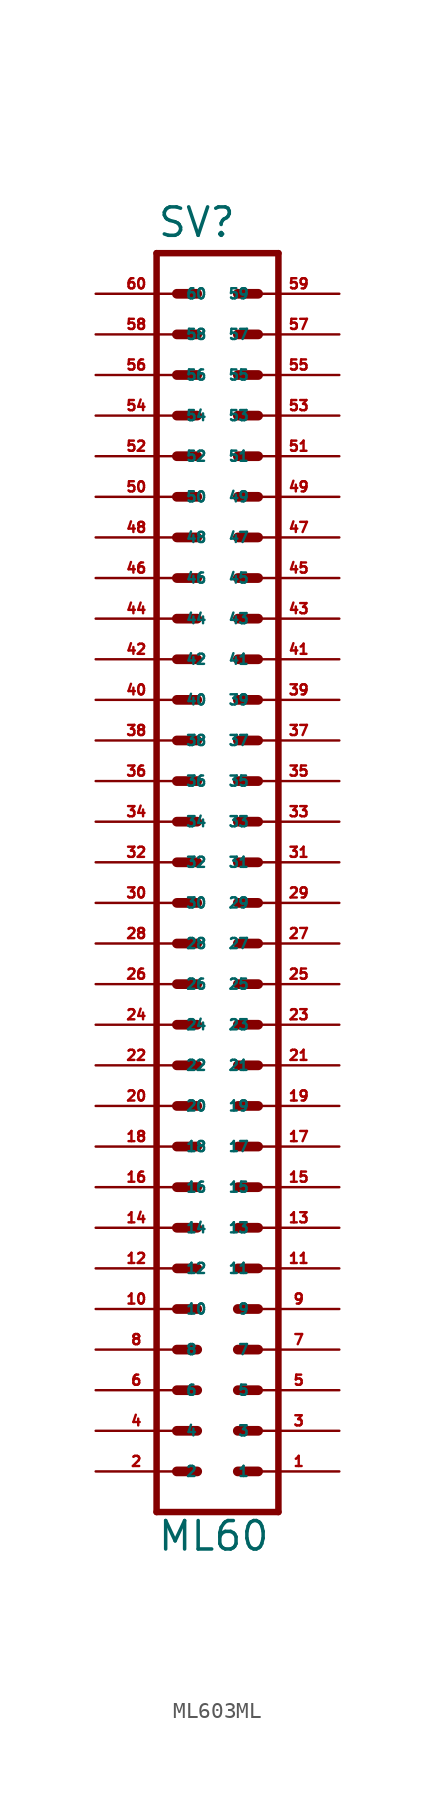
<source format=kicad_sym>
(kicad_symbol_lib
  (version 20220914)
  (generator Eagle2Kicad)
  (symbol "ML603ML"
    (property "Reference" "SV"
      (at -3.81 38.989 0)
      (effects (font (size 1.778 1.778) (thickness 0.22)) (justify left bottom)))
    (property "Value" "ML60"
      (at -3.81 -43.18 0)
      (effects (font (size 1.778 1.778) (thickness 0.22)) (justify left bottom)))
    (polyline
      (pts (xy 3.81 -40.64) (xy -3.81 -40.64))
      (stroke (width 0.406) (type default))
      (fill (type none)))
    (polyline
      (pts (xy -3.81 38.1) (xy -3.81 -40.64))
      (stroke (width 0.406) (type default))
      (fill (type none)))
    (polyline
      (pts (xy -3.81 38.1) (xy 3.81 38.1))
      (stroke (width 0.406) (type default))
      (fill (type none)))
    (polyline
      (pts (xy 3.81 -40.64) (xy 3.81 38.1))
      (stroke (width 0.406) (type default))
      (fill (type none)))
    (polyline
      (pts (xy 1.27 -27.94) (xy 2.54 -27.94))
      (stroke (width 0.61) (type default))
      (fill (type none)))
    (polyline
      (pts (xy 1.27 -30.48) (xy 2.54 -30.48))
      (stroke (width 0.61) (type default))
      (fill (type none)))
    (polyline
      (pts (xy 1.27 -33.02) (xy 2.54 -33.02))
      (stroke (width 0.61) (type default))
      (fill (type none)))
    (polyline
      (pts (xy 1.27 -35.56) (xy 2.54 -35.56))
      (stroke (width 0.61) (type default))
      (fill (type none)))
    (polyline
      (pts (xy 1.27 -38.1) (xy 2.54 -38.1))
      (stroke (width 0.61) (type default))
      (fill (type none)))
    (polyline
      (pts (xy -2.54 -27.94) (xy -1.27 -27.94))
      (stroke (width 0.61) (type default))
      (fill (type none)))
    (polyline
      (pts (xy -2.54 -30.48) (xy -1.27 -30.48))
      (stroke (width 0.61) (type default))
      (fill (type none)))
    (polyline
      (pts (xy -2.54 -33.02) (xy -1.27 -33.02))
      (stroke (width 0.61) (type default))
      (fill (type none)))
    (polyline
      (pts (xy -2.54 -35.56) (xy -1.27 -35.56))
      (stroke (width 0.61) (type default))
      (fill (type none)))
    (polyline
      (pts (xy -2.54 -38.1) (xy -1.27 -38.1))
      (stroke (width 0.61) (type default))
      (fill (type none)))
    (polyline
      (pts (xy 1.27 -25.4) (xy 2.54 -25.4))
      (stroke (width 0.61) (type default))
      (fill (type none)))
    (polyline
      (pts (xy 1.27 -22.86) (xy 2.54 -22.86))
      (stroke (width 0.61) (type default))
      (fill (type none)))
    (polyline
      (pts (xy 1.27 -20.32) (xy 2.54 -20.32))
      (stroke (width 0.61) (type default))
      (fill (type none)))
    (polyline
      (pts (xy 1.27 -17.78) (xy 2.54 -17.78))
      (stroke (width 0.61) (type default))
      (fill (type none)))
    (polyline
      (pts (xy 1.27 -15.24) (xy 2.54 -15.24))
      (stroke (width 0.61) (type default))
      (fill (type none)))
    (polyline
      (pts (xy -2.54 -25.4) (xy -1.27 -25.4))
      (stroke (width 0.61) (type default))
      (fill (type none)))
    (polyline
      (pts (xy -2.54 -22.86) (xy -1.27 -22.86))
      (stroke (width 0.61) (type default))
      (fill (type none)))
    (polyline
      (pts (xy -2.54 -20.32) (xy -1.27 -20.32))
      (stroke (width 0.61) (type default))
      (fill (type none)))
    (polyline
      (pts (xy -2.54 -17.78) (xy -1.27 -17.78))
      (stroke (width 0.61) (type default))
      (fill (type none)))
    (polyline
      (pts (xy -2.54 -15.24) (xy -1.27 -15.24))
      (stroke (width 0.61) (type default))
      (fill (type none)))
    (polyline
      (pts (xy 1.27 -12.7) (xy 2.54 -12.7))
      (stroke (width 0.61) (type default))
      (fill (type none)))
    (polyline
      (pts (xy 1.27 -10.16) (xy 2.54 -10.16))
      (stroke (width 0.61) (type default))
      (fill (type none)))
    (polyline
      (pts (xy 1.27 -7.62) (xy 2.54 -7.62))
      (stroke (width 0.61) (type default))
      (fill (type none)))
    (polyline
      (pts (xy -2.54 -12.7) (xy -1.27 -12.7))
      (stroke (width 0.61) (type default))
      (fill (type none)))
    (polyline
      (pts (xy -2.54 -10.16) (xy -1.27 -10.16))
      (stroke (width 0.61) (type default))
      (fill (type none)))
    (polyline
      (pts (xy -2.54 -7.62) (xy -1.27 -7.62))
      (stroke (width 0.61) (type default))
      (fill (type none)))
    (polyline
      (pts (xy 1.27 -5.08) (xy 2.54 -5.08))
      (stroke (width 0.61) (type default))
      (fill (type none)))
    (polyline
      (pts (xy 1.27 -2.54) (xy 2.54 -2.54))
      (stroke (width 0.61) (type default))
      (fill (type none)))
    (polyline
      (pts (xy 1.27 0) (xy 2.54 0))
      (stroke (width 0.61) (type default))
      (fill (type none)))
    (polyline
      (pts (xy 1.27 2.54) (xy 2.54 2.54))
      (stroke (width 0.61) (type default))
      (fill (type none)))
    (polyline
      (pts (xy 1.27 5.08) (xy 2.54 5.08))
      (stroke (width 0.61) (type default))
      (fill (type none)))
    (polyline
      (pts (xy 1.27 7.62) (xy 2.54 7.62))
      (stroke (width 0.61) (type default))
      (fill (type none)))
    (polyline
      (pts (xy 1.27 10.16) (xy 2.54 10.16))
      (stroke (width 0.61) (type default))
      (fill (type none)))
    (polyline
      (pts (xy -2.54 -5.08) (xy -1.27 -5.08))
      (stroke (width 0.61) (type default))
      (fill (type none)))
    (polyline
      (pts (xy -2.54 -2.54) (xy -1.27 -2.54))
      (stroke (width 0.61) (type default))
      (fill (type none)))
    (polyline
      (pts (xy -2.54 0) (xy -1.27 0))
      (stroke (width 0.61) (type default))
      (fill (type none)))
    (polyline
      (pts (xy -2.54 2.54) (xy -1.27 2.54))
      (stroke (width 0.61) (type default))
      (fill (type none)))
    (polyline
      (pts (xy -2.54 5.08) (xy -1.27 5.08))
      (stroke (width 0.61) (type default))
      (fill (type none)))
    (polyline
      (pts (xy -2.54 7.62) (xy -1.27 7.62))
      (stroke (width 0.61) (type default))
      (fill (type none)))
    (polyline
      (pts (xy -2.54 10.16) (xy -1.27 10.16))
      (stroke (width 0.61) (type default))
      (fill (type none)))
    (polyline
      (pts (xy -2.54 12.7) (xy -1.27 12.7))
      (stroke (width 0.61) (type default))
      (fill (type none)))
    (polyline
      (pts (xy -2.54 15.24) (xy -1.27 15.24))
      (stroke (width 0.61) (type default))
      (fill (type none)))
    (polyline
      (pts (xy -2.54 17.78) (xy -1.27 17.78))
      (stroke (width 0.61) (type default))
      (fill (type none)))
    (polyline
      (pts (xy 1.27 12.7) (xy 2.54 12.7))
      (stroke (width 0.61) (type default))
      (fill (type none)))
    (polyline
      (pts (xy 1.27 15.24) (xy 2.54 15.24))
      (stroke (width 0.61) (type default))
      (fill (type none)))
    (polyline
      (pts (xy 1.27 17.78) (xy 2.54 17.78))
      (stroke (width 0.61) (type default))
      (fill (type none)))
    (polyline
      (pts (xy -2.54 20.32) (xy -1.27 20.32))
      (stroke (width 0.61) (type default))
      (fill (type none)))
    (polyline
      (pts (xy -2.54 22.86) (xy -1.27 22.86))
      (stroke (width 0.61) (type default))
      (fill (type none)))
    (polyline
      (pts (xy 1.27 20.32) (xy 2.54 20.32))
      (stroke (width 0.61) (type default))
      (fill (type none)))
    (polyline
      (pts (xy 1.27 22.86) (xy 2.54 22.86))
      (stroke (width 0.61) (type default))
      (fill (type none)))
    (polyline
      (pts (xy -2.54 25.4) (xy -1.27 25.4))
      (stroke (width 0.61) (type default))
      (fill (type none)))
    (polyline
      (pts (xy -2.54 27.94) (xy -1.27 27.94))
      (stroke (width 0.61) (type default))
      (fill (type none)))
    (polyline
      (pts (xy -2.54 30.48) (xy -1.27 30.48))
      (stroke (width 0.61) (type default))
      (fill (type none)))
    (polyline
      (pts (xy -2.54 33.02) (xy -1.27 33.02))
      (stroke (width 0.61) (type default))
      (fill (type none)))
    (polyline
      (pts (xy -2.54 35.56) (xy -1.27 35.56))
      (stroke (width 0.61) (type default))
      (fill (type none)))
    (polyline
      (pts (xy 1.27 25.4) (xy 2.54 25.4))
      (stroke (width 0.61) (type default))
      (fill (type none)))
    (polyline
      (pts (xy 1.27 27.94) (xy 2.54 27.94))
      (stroke (width 0.61) (type default))
      (fill (type none)))
    (polyline
      (pts (xy 1.27 30.48) (xy 2.54 30.48))
      (stroke (width 0.61) (type default))
      (fill (type none)))
    (polyline
      (pts (xy 1.27 33.02) (xy 2.54 33.02))
      (stroke (width 0.61) (type default))
      (fill (type none)))
    (polyline
      (pts (xy 1.27 35.56) (xy 2.54 35.56))
      (stroke (width 0.61) (type default))
      (fill (type none)))
    (pin passive line
      (at 7.62 -38.1 180)
      (length 5.08)
      (name "1" (effects (font (size 0.635 0.635) (thickness 0.08)) (justify left bottom)))
      (number "1" (effects (font (size 0.635 0.635) (thickness 0.08)) (justify left bottom))))
    (pin passive line
      (at 7.62 -35.56 180)
      (length 5.08)
      (name "3" (effects (font (size 0.635 0.635) (thickness 0.08)) (justify left bottom)))
      (number "3" (effects (font (size 0.635 0.635) (thickness 0.08)) (justify left bottom))))
    (pin passive line
      (at 7.62 -33.02 180)
      (length 5.08)
      (name "5" (effects (font (size 0.635 0.635) (thickness 0.08)) (justify left bottom)))
      (number "5" (effects (font (size 0.635 0.635) (thickness 0.08)) (justify left bottom))))
    (pin passive line
      (at 7.62 -30.48 180)
      (length 5.08)
      (name "7" (effects (font (size 0.635 0.635) (thickness 0.08)) (justify left bottom)))
      (number "7" (effects (font (size 0.635 0.635) (thickness 0.08)) (justify left bottom))))
    (pin passive line
      (at 7.62 -27.94 180)
      (length 5.08)
      (name "9" (effects (font (size 0.635 0.635) (thickness 0.08)) (justify left bottom)))
      (number "9" (effects (font (size 0.635 0.635) (thickness 0.08)) (justify left bottom))))
    (pin passive line
      (at 7.62 -25.4 180)
      (length 5.08)
      (name "11" (effects (font (size 0.635 0.635) (thickness 0.08)) (justify left bottom)))
      (number "11" (effects (font (size 0.635 0.635) (thickness 0.08)) (justify left bottom))))
    (pin passive line
      (at 7.62 -22.86 180)
      (length 5.08)
      (name "13" (effects (font (size 0.635 0.635) (thickness 0.08)) (justify left bottom)))
      (number "13" (effects (font (size 0.635 0.635) (thickness 0.08)) (justify left bottom))))
    (pin passive line
      (at 7.62 -20.32 180)
      (length 5.08)
      (name "15" (effects (font (size 0.635 0.635) (thickness 0.08)) (justify left bottom)))
      (number "15" (effects (font (size 0.635 0.635) (thickness 0.08)) (justify left bottom))))
    (pin passive line
      (at 7.62 -17.78 180)
      (length 5.08)
      (name "17" (effects (font (size 0.635 0.635) (thickness 0.08)) (justify left bottom)))
      (number "17" (effects (font (size 0.635 0.635) (thickness 0.08)) (justify left bottom))))
    (pin passive line
      (at 7.62 -15.24 180)
      (length 5.08)
      (name "19" (effects (font (size 0.635 0.635) (thickness 0.08)) (justify left bottom)))
      (number "19" (effects (font (size 0.635 0.635) (thickness 0.08)) (justify left bottom))))
    (pin passive line
      (at 7.62 -12.7 180)
      (length 5.08)
      (name "21" (effects (font (size 0.635 0.635) (thickness 0.08)) (justify left bottom)))
      (number "21" (effects (font (size 0.635 0.635) (thickness 0.08)) (justify left bottom))))
    (pin passive line
      (at 7.62 -10.16 180)
      (length 5.08)
      (name "23" (effects (font (size 0.635 0.635) (thickness 0.08)) (justify left bottom)))
      (number "23" (effects (font (size 0.635 0.635) (thickness 0.08)) (justify left bottom))))
    (pin passive line
      (at 7.62 -7.62 180)
      (length 5.08)
      (name "25" (effects (font (size 0.635 0.635) (thickness 0.08)) (justify left bottom)))
      (number "25" (effects (font (size 0.635 0.635) (thickness 0.08)) (justify left bottom))))
    (pin passive line
      (at 7.62 -5.08 180)
      (length 5.08)
      (name "27" (effects (font (size 0.635 0.635) (thickness 0.08)) (justify left bottom)))
      (number "27" (effects (font (size 0.635 0.635) (thickness 0.08)) (justify left bottom))))
    (pin passive line
      (at 7.62 -2.54 180)
      (length 5.08)
      (name "29" (effects (font (size 0.635 0.635) (thickness 0.08)) (justify left bottom)))
      (number "29" (effects (font (size 0.635 0.635) (thickness 0.08)) (justify left bottom))))
    (pin passive line
      (at 7.62 0 180)
      (length 5.08)
      (name "31" (effects (font (size 0.635 0.635) (thickness 0.08)) (justify left bottom)))
      (number "31" (effects (font (size 0.635 0.635) (thickness 0.08)) (justify left bottom))))
    (pin passive line
      (at 7.62 2.54 180)
      (length 5.08)
      (name "33" (effects (font (size 0.635 0.635) (thickness 0.08)) (justify left bottom)))
      (number "33" (effects (font (size 0.635 0.635) (thickness 0.08)) (justify left bottom))))
    (pin passive line
      (at 7.62 5.08 180)
      (length 5.08)
      (name "35" (effects (font (size 0.635 0.635) (thickness 0.08)) (justify left bottom)))
      (number "35" (effects (font (size 0.635 0.635) (thickness 0.08)) (justify left bottom))))
    (pin passive line
      (at 7.62 7.62 180)
      (length 5.08)
      (name "37" (effects (font (size 0.635 0.635) (thickness 0.08)) (justify left bottom)))
      (number "37" (effects (font (size 0.635 0.635) (thickness 0.08)) (justify left bottom))))
    (pin passive line
      (at 7.62 10.16 180)
      (length 5.08)
      (name "39" (effects (font (size 0.635 0.635) (thickness 0.08)) (justify left bottom)))
      (number "39" (effects (font (size 0.635 0.635) (thickness 0.08)) (justify left bottom))))
    (pin passive line
      (at -7.62 -38.1 0)
      (length 5.08)
      (name "2" (effects (font (size 0.635 0.635) (thickness 0.08)) (justify left bottom)))
      (number "2" (effects (font (size 0.635 0.635) (thickness 0.08)) (justify left bottom))))
    (pin passive line
      (at -7.62 -35.56 0)
      (length 5.08)
      (name "4" (effects (font (size 0.635 0.635) (thickness 0.08)) (justify left bottom)))
      (number "4" (effects (font (size 0.635 0.635) (thickness 0.08)) (justify left bottom))))
    (pin passive line
      (at -7.62 -33.02 0)
      (length 5.08)
      (name "6" (effects (font (size 0.635 0.635) (thickness 0.08)) (justify left bottom)))
      (number "6" (effects (font (size 0.635 0.635) (thickness 0.08)) (justify left bottom))))
    (pin passive line
      (at -7.62 -30.48 0)
      (length 5.08)
      (name "8" (effects (font (size 0.635 0.635) (thickness 0.08)) (justify left bottom)))
      (number "8" (effects (font (size 0.635 0.635) (thickness 0.08)) (justify left bottom))))
    (pin passive line
      (at -7.62 -27.94 0)
      (length 5.08)
      (name "10" (effects (font (size 0.635 0.635) (thickness 0.08)) (justify left bottom)))
      (number "10" (effects (font (size 0.635 0.635) (thickness 0.08)) (justify left bottom))))
    (pin passive line
      (at -7.62 -25.4 0)
      (length 5.08)
      (name "12" (effects (font (size 0.635 0.635) (thickness 0.08)) (justify left bottom)))
      (number "12" (effects (font (size 0.635 0.635) (thickness 0.08)) (justify left bottom))))
    (pin passive line
      (at -7.62 -22.86 0)
      (length 5.08)
      (name "14" (effects (font (size 0.635 0.635) (thickness 0.08)) (justify left bottom)))
      (number "14" (effects (font (size 0.635 0.635) (thickness 0.08)) (justify left bottom))))
    (pin passive line
      (at -7.62 -20.32 0)
      (length 5.08)
      (name "16" (effects (font (size 0.635 0.635) (thickness 0.08)) (justify left bottom)))
      (number "16" (effects (font (size 0.635 0.635) (thickness 0.08)) (justify left bottom))))
    (pin passive line
      (at -7.62 -17.78 0)
      (length 5.08)
      (name "18" (effects (font (size 0.635 0.635) (thickness 0.08)) (justify left bottom)))
      (number "18" (effects (font (size 0.635 0.635) (thickness 0.08)) (justify left bottom))))
    (pin passive line
      (at -7.62 -15.24 0)
      (length 5.08)
      (name "20" (effects (font (size 0.635 0.635) (thickness 0.08)) (justify left bottom)))
      (number "20" (effects (font (size 0.635 0.635) (thickness 0.08)) (justify left bottom))))
    (pin passive line
      (at -7.62 -12.7 0)
      (length 5.08)
      (name "22" (effects (font (size 0.635 0.635) (thickness 0.08)) (justify left bottom)))
      (number "22" (effects (font (size 0.635 0.635) (thickness 0.08)) (justify left bottom))))
    (pin passive line
      (at -7.62 -10.16 0)
      (length 5.08)
      (name "24" (effects (font (size 0.635 0.635) (thickness 0.08)) (justify left bottom)))
      (number "24" (effects (font (size 0.635 0.635) (thickness 0.08)) (justify left bottom))))
    (pin passive line
      (at -7.62 -7.62 0)
      (length 5.08)
      (name "26" (effects (font (size 0.635 0.635) (thickness 0.08)) (justify left bottom)))
      (number "26" (effects (font (size 0.635 0.635) (thickness 0.08)) (justify left bottom))))
    (pin passive line
      (at -7.62 -5.08 0)
      (length 5.08)
      (name "28" (effects (font (size 0.635 0.635) (thickness 0.08)) (justify left bottom)))
      (number "28" (effects (font (size 0.635 0.635) (thickness 0.08)) (justify left bottom))))
    (pin passive line
      (at -7.62 -2.54 0)
      (length 5.08)
      (name "30" (effects (font (size 0.635 0.635) (thickness 0.08)) (justify left bottom)))
      (number "30" (effects (font (size 0.635 0.635) (thickness 0.08)) (justify left bottom))))
    (pin passive line
      (at -7.62 0 0)
      (length 5.08)
      (name "32" (effects (font (size 0.635 0.635) (thickness 0.08)) (justify left bottom)))
      (number "32" (effects (font (size 0.635 0.635) (thickness 0.08)) (justify left bottom))))
    (pin passive line
      (at -7.62 2.54 0)
      (length 5.08)
      (name "34" (effects (font (size 0.635 0.635) (thickness 0.08)) (justify left bottom)))
      (number "34" (effects (font (size 0.635 0.635) (thickness 0.08)) (justify left bottom))))
    (pin passive line
      (at -7.62 5.08 0)
      (length 5.08)
      (name "36" (effects (font (size 0.635 0.635) (thickness 0.08)) (justify left bottom)))
      (number "36" (effects (font (size 0.635 0.635) (thickness 0.08)) (justify left bottom))))
    (pin passive line
      (at -7.62 7.62 0)
      (length 5.08)
      (name "38" (effects (font (size 0.635 0.635) (thickness 0.08)) (justify left bottom)))
      (number "38" (effects (font (size 0.635 0.635) (thickness 0.08)) (justify left bottom))))
    (pin passive line
      (at -7.62 10.16 0)
      (length 5.08)
      (name "40" (effects (font (size 0.635 0.635) (thickness 0.08)) (justify left bottom)))
      (number "40" (effects (font (size 0.635 0.635) (thickness 0.08)) (justify left bottom))))
    (pin passive line
      (at 7.62 12.7 180)
      (length 5.08)
      (name "41" (effects (font (size 0.635 0.635) (thickness 0.08)) (justify left bottom)))
      (number "41" (effects (font (size 0.635 0.635) (thickness 0.08)) (justify left bottom))))
    (pin passive line
      (at 7.62 15.24 180)
      (length 5.08)
      (name "43" (effects (font (size 0.635 0.635) (thickness 0.08)) (justify left bottom)))
      (number "43" (effects (font (size 0.635 0.635) (thickness 0.08)) (justify left bottom))))
    (pin passive line
      (at 7.62 17.78 180)
      (length 5.08)
      (name "45" (effects (font (size 0.635 0.635) (thickness 0.08)) (justify left bottom)))
      (number "45" (effects (font (size 0.635 0.635) (thickness 0.08)) (justify left bottom))))
    (pin passive line
      (at 7.62 20.32 180)
      (length 5.08)
      (name "47" (effects (font (size 0.635 0.635) (thickness 0.08)) (justify left bottom)))
      (number "47" (effects (font (size 0.635 0.635) (thickness 0.08)) (justify left bottom))))
    (pin passive line
      (at 7.62 22.86 180)
      (length 5.08)
      (name "49" (effects (font (size 0.635 0.635) (thickness 0.08)) (justify left bottom)))
      (number "49" (effects (font (size 0.635 0.635) (thickness 0.08)) (justify left bottom))))
    (pin passive line
      (at -7.62 12.7 0)
      (length 5.08)
      (name "42" (effects (font (size 0.635 0.635) (thickness 0.08)) (justify left bottom)))
      (number "42" (effects (font (size 0.635 0.635) (thickness 0.08)) (justify left bottom))))
    (pin passive line
      (at -7.62 15.24 0)
      (length 5.08)
      (name "44" (effects (font (size 0.635 0.635) (thickness 0.08)) (justify left bottom)))
      (number "44" (effects (font (size 0.635 0.635) (thickness 0.08)) (justify left bottom))))
    (pin passive line
      (at -7.62 17.78 0)
      (length 5.08)
      (name "46" (effects (font (size 0.635 0.635) (thickness 0.08)) (justify left bottom)))
      (number "46" (effects (font (size 0.635 0.635) (thickness 0.08)) (justify left bottom))))
    (pin passive line
      (at -7.62 20.32 0)
      (length 5.08)
      (name "48" (effects (font (size 0.635 0.635) (thickness 0.08)) (justify left bottom)))
      (number "48" (effects (font (size 0.635 0.635) (thickness 0.08)) (justify left bottom))))
    (pin passive line
      (at -7.62 22.86 0)
      (length 5.08)
      (name "50" (effects (font (size 0.635 0.635) (thickness 0.08)) (justify left bottom)))
      (number "50" (effects (font (size 0.635 0.635) (thickness 0.08)) (justify left bottom))))
    (pin passive line
      (at 7.62 25.4 180)
      (length 5.08)
      (name "51" (effects (font (size 0.635 0.635) (thickness 0.08)) (justify left bottom)))
      (number "51" (effects (font (size 0.635 0.635) (thickness 0.08)) (justify left bottom))))
    (pin passive line
      (at 7.62 27.94 180)
      (length 5.08)
      (name "53" (effects (font (size 0.635 0.635) (thickness 0.08)) (justify left bottom)))
      (number "53" (effects (font (size 0.635 0.635) (thickness 0.08)) (justify left bottom))))
    (pin passive line
      (at 7.62 30.48 180)
      (length 5.08)
      (name "55" (effects (font (size 0.635 0.635) (thickness 0.08)) (justify left bottom)))
      (number "55" (effects (font (size 0.635 0.635) (thickness 0.08)) (justify left bottom))))
    (pin passive line
      (at 7.62 33.02 180)
      (length 5.08)
      (name "57" (effects (font (size 0.635 0.635) (thickness 0.08)) (justify left bottom)))
      (number "57" (effects (font (size 0.635 0.635) (thickness 0.08)) (justify left bottom))))
    (pin passive line
      (at 7.62 35.56 180)
      (length 5.08)
      (name "59" (effects (font (size 0.635 0.635) (thickness 0.08)) (justify left bottom)))
      (number "59" (effects (font (size 0.635 0.635) (thickness 0.08)) (justify left bottom))))
    (pin passive line
      (at -7.62 25.4 0)
      (length 5.08)
      (name "52" (effects (font (size 0.635 0.635) (thickness 0.08)) (justify left bottom)))
      (number "52" (effects (font (size 0.635 0.635) (thickness 0.08)) (justify left bottom))))
    (pin passive line
      (at -7.62 27.94 0)
      (length 5.08)
      (name "54" (effects (font (size 0.635 0.635) (thickness 0.08)) (justify left bottom)))
      (number "54" (effects (font (size 0.635 0.635) (thickness 0.08)) (justify left bottom))))
    (pin passive line
      (at -7.62 30.48 0)
      (length 5.08)
      (name "56" (effects (font (size 0.635 0.635) (thickness 0.08)) (justify left bottom)))
      (number "56" (effects (font (size 0.635 0.635) (thickness 0.08)) (justify left bottom))))
    (pin passive line
      (at -7.62 33.02 0)
      (length 5.08)
      (name "58" (effects (font (size 0.635 0.635) (thickness 0.08)) (justify left bottom)))
      (number "58" (effects (font (size 0.635 0.635) (thickness 0.08)) (justify left bottom))))
    (pin passive line
      (at -7.62 35.56 0)
      (length 5.08)
      (name "60" (effects (font (size 0.635 0.635) (thickness 0.08)) (justify left bottom)))
      (number "60" (effects (font (size 0.635 0.635) (thickness 0.08)) (justify left bottom))))))
</source>
